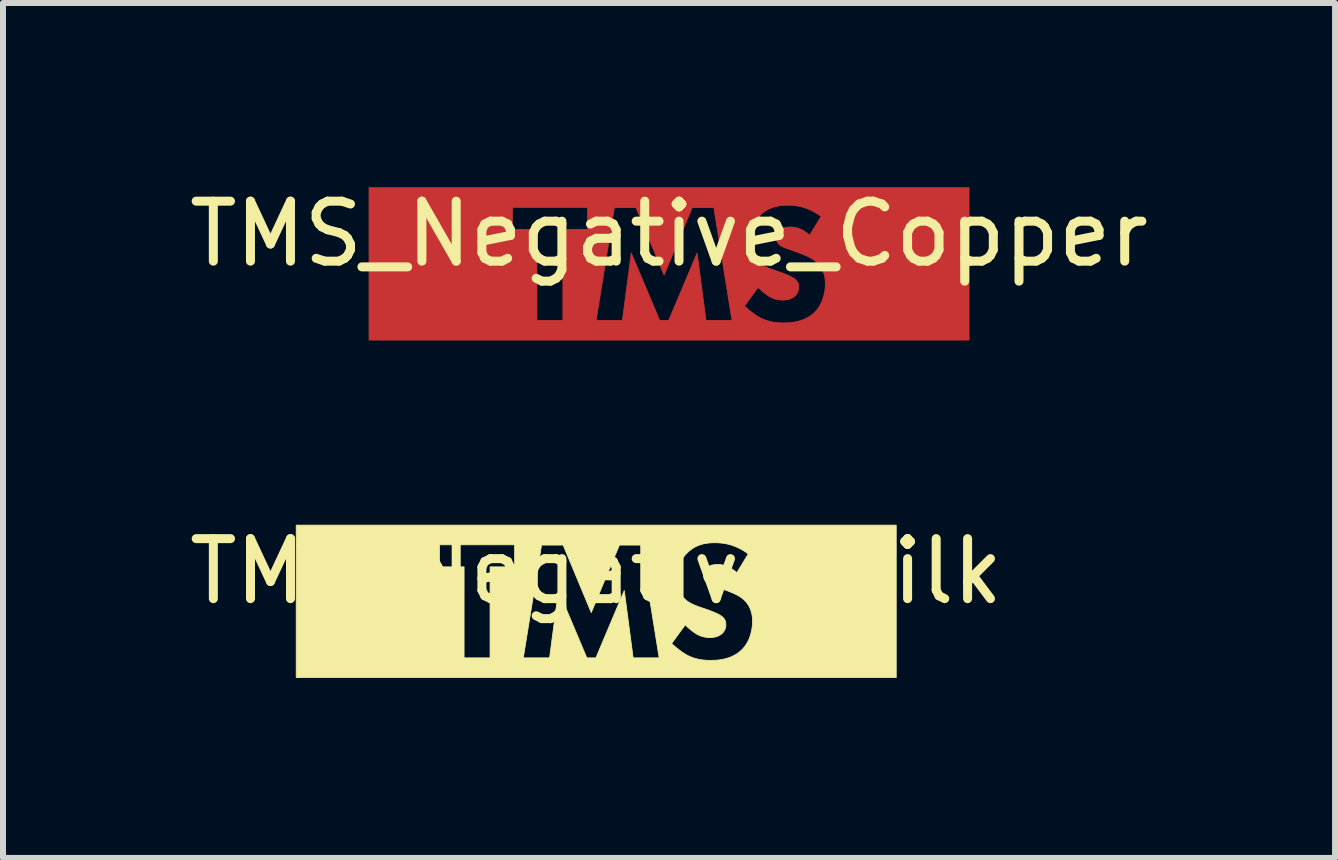
<source format=kicad_pcb>
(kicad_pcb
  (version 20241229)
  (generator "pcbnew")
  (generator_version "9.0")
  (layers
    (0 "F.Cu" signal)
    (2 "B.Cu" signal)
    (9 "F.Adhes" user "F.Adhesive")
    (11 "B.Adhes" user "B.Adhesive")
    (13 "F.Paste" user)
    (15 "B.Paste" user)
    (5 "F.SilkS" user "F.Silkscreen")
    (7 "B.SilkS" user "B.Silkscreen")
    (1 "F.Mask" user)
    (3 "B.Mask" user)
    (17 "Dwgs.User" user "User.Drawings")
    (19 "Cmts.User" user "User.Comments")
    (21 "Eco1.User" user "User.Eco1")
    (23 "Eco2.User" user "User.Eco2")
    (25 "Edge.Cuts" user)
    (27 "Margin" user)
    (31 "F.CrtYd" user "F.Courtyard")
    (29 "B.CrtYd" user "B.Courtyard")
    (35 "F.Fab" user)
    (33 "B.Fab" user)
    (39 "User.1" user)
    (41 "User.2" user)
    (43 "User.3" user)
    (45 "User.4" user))
  (footprint "TMS_Negative_Silk"
    (layer "F.Cu")
    (at 6.887 6.973)
    (property "Reference" "TMS_Negative_Silk" (at 0 -0.5 0) (unlocked yes) (layer "F.SilkS") (effects (font (size 1 1) (thickness 0.15))))
    (fp_poly (pts (xy 5.001 1.27) (xy -5 1.27) (xy -5 -0.575) (xy -2.612 -0.575) (xy -2.202 -0.575) (xy -2.202 0.942) (xy -1.769 0.942) (xy -1.215 0.942) (xy -0.777 0.942) (xy -0.629 -0.18) (xy -0.156 0.942) (xy -0.005 0.942) (xy 0.468 -0.18) (xy 0.616 0.942) (xy 1.05 0.942) (xy 1.011 0.702) (xy 1.258 0.702) (xy 1.286 0.729) (xy 1.318 0.757) (xy 1.351 0.785) (xy 1.387 0.812) (xy 1.423 0.839) (xy 1.442 0.852) (xy 1.46 0.864) (xy 1.479 0.875) (xy 1.497 0.887) (xy 1.515 0.897) (xy 1.533 0.907) (xy 1.556 0.917) (xy 1.578 0.926) (xy 1.601 0.935) (xy 1.624 0.943) (xy 1.646 0.95) (xy 1.669 0.956) (xy 1.692 0.962) (xy 1.715 0.967) (xy 1.738 0.971) (xy 1.762 0.975) (xy 1.785 0.978) (xy 1.809 0.98) (xy 1.833 0.982) (xy 1.858 0.983) (xy 1.882 0.984) (xy 1.907 0.984) (xy 1.959 0.983) (xy 1.988 0.982) (xy 2.019 0.979) (xy 2.052 0.976) (xy 2.086 0.97) (xy 2.122 0.964) (xy 2.158 0.955) (xy 2.194 0.944) (xy 2.231 0.932) (xy 2.268 0.916) (xy 2.304 0.898) (xy 2.34 0.877) (xy 2.357 0.865) (xy 2.375 0.853) (xy 2.392 0.839) (xy 2.408 0.825) (xy 2.424 0.81) (xy 2.44 0.794) (xy 2.458 0.774) (xy 2.476 0.752) (xy 2.492 0.729) (xy 2.508 0.705) (xy 2.522 0.679) (xy 2.536 0.653) (xy 2.549 0.625) (xy 2.56 0.595) (xy 2.57 0.565) (xy 2.579 0.534) (xy 2.587 0.501) (xy 2.594 0.468) (xy 2.599 0.434) (xy 2.603 0.4) (xy 2.605 0.364) (xy 2.606 0.328) (xy 2.606 0.307) (xy 2.604 0.286) (xy 2.603 0.264) (xy 2.6 0.242) (xy 2.596 0.22) (xy 2.591 0.197) (xy 2.585 0.175) (xy 2.578 0.152) (xy 2.57 0.13) (xy 2.56 0.107) (xy 2.549 0.085) (xy 2.536 0.063) (xy 2.522 0.041) (xy 2.506 0.02) (xy 2.488 -0.001) (xy 2.468 -0.021) (xy 2.454 -0.034) (xy 2.439 -0.046) (xy 2.424 -0.058) (xy 2.408 -0.069) (xy 2.392 -0.08) (xy 2.376 -0.09) (xy 2.359 -0.099) (xy 2.342 -0.108) (xy 2.325 -0.117) (xy 2.308 -0.125) (xy 2.275 -0.14) (xy 2.242 -0.153) (xy 2.211 -0.166) (xy 2.07 -0.219) (xy 1.986 -0.249) (xy 1.951 -0.261) (xy 1.936 -0.267) (xy 1.921 -0.273) (xy 1.907 -0.279) (xy 1.895 -0.285) (xy 1.883 -0.29) (xy 1.872 -0.297) (xy 1.861 -0.303) (xy 1.851 -0.31) (xy 1.842 -0.317) (xy 1.833 -0.325) (xy 1.828 -0.33) (xy 1.823 -0.335) (xy 1.819 -0.341) (xy 1.815 -0.347) (xy 1.811 -0.352) (xy 1.808 -0.358) (xy 1.804 -0.365) (xy 1.802 -0.371) (xy 1.799 -0.377) (xy 1.797 -0.384) (xy 1.795 -0.391) (xy 1.794 -0.398) (xy 1.792 -0.406) (xy 1.792 -0.414) (xy 1.791 -0.422) (xy 1.791 -0.43) (xy 1.791 -0.44) (xy 1.792 -0.449) (xy 1.793 -0.457) (xy 1.795 -0.466) (xy 1.797 -0.474) (xy 1.799 -0.483) (xy 1.802 -0.491) (xy 1.805 -0.498) (xy 1.809 -0.506) (xy 1.812 -0.513) (xy 1.816 -0.52) (xy 1.821 -0.527) (xy 1.825 -0.533) (xy 1.83 -0.539) (xy 1.835 -0.545) (xy 1.84 -0.55) (xy 1.845 -0.555) (xy 1.85 -0.56) (xy 1.855 -0.565) (xy 1.86 -0.569) (xy 1.87 -0.577) (xy 1.881 -0.584) (xy 1.893 -0.59) (xy 1.904 -0.595) (xy 1.916 -0.6) (xy 1.928 -0.603) (xy 1.94 -0.606) (xy 1.952 -0.609) (xy 1.965 -0.61) (xy 1.977 -0.612) (xy 1.989 -0.613) (xy 2.001 -0.613) (xy 2.024 -0.614) (xy 2.048 -0.613) (xy 2.062 -0.612) (xy 2.077 -0.611) (xy 2.094 -0.608) (xy 2.112 -0.605) (xy 2.131 -0.6) (xy 2.151 -0.594) (xy 2.172 -0.587) (xy 2.194 -0.578) (xy 2.217 -0.567) (xy 2.24 -0.554) (xy 2.264 -0.539) (xy 2.289 -0.522) (xy 2.315 -0.502) (xy 2.341 -0.48) (xy 2.341 -0.473) (xy 2.535 -0.79) (xy 2.494 -0.82) (xy 2.454 -0.846) (xy 2.414 -0.869) (xy 2.374 -0.889) (xy 2.335 -0.907) (xy 2.297 -0.922) (xy 2.26 -0.935) (xy 2.224 -0.946) (xy 2.188 -0.955) (xy 2.154 -0.962) (xy 2.121 -0.967) (xy 2.089 -0.971) (xy 2.059 -0.974) (xy 2.03 -0.976) (xy 1.978 -0.977) (xy 1.945 -0.977) (xy 1.913 -0.975) (xy 1.881 -0.973) (xy 1.85 -0.969) (xy 1.819 -0.964) (xy 1.788 -0.958) (xy 1.759 -0.95) (xy 1.729 -0.941) (xy 1.7 -0.93) (xy 1.672 -0.918) (xy 1.644 -0.904) (xy 1.617 -0.888) (xy 1.59 -0.87) (xy 1.564 -0.85) (xy 1.538 -0.828) (xy 1.512 -0.804) (xy 1.492 -0.782) (xy 1.473 -0.76) (xy 1.455 -0.736) (xy 1.439 -0.712) (xy 1.425 -0.688) (xy 1.411 -0.663) (xy 1.399 -0.637) (xy 1.389 -0.611) (xy 1.38 -0.584) (xy 1.372 -0.557) (xy 1.365 -0.529) (xy 1.359 -0.501) (xy 1.355 -0.472) (xy 1.352 -0.442) (xy 1.351 -0.412) (xy 1.35 -0.381) (xy 1.351 -0.345) (xy 1.352 -0.325) (xy 1.354 -0.305) (xy 1.356 -0.285) (xy 1.36 -0.264) (xy 1.364 -0.243) (xy 1.369 -0.221) (xy 1.376 -0.199) (xy 1.384 -0.177) (xy 1.393 -0.156) (xy 1.404 -0.134) (xy 1.416 -0.113) (xy 1.43 -0.093) (xy 1.445 -0.072) (xy 1.454 -0.063) (xy 1.463 -0.053) (xy 1.476 -0.039) (xy 1.491 -0.026) (xy 1.506 -0.013) (xy 1.521 -0.001) (xy 1.537 0.009) (xy 1.553 0.02) (xy 1.57 0.029) (xy 1.587 0.038) (xy 1.604 0.047) (xy 1.621 0.055) (xy 1.656 0.07) (xy 1.69 0.083) (xy 1.724 0.095) (xy 1.879 0.148) (xy 1.929 0.168) (xy 1.959 0.18) (xy 1.99 0.193) (xy 2.021 0.207) (xy 2.036 0.215) (xy 2.05 0.223) (xy 2.064 0.23) (xy 2.076 0.238) (xy 2.088 0.246) (xy 2.098 0.254) (xy 2.105 0.26) (xy 2.112 0.266) (xy 2.118 0.273) (xy 2.124 0.279) (xy 2.13 0.286) (xy 2.135 0.294) (xy 2.14 0.301) (xy 2.144 0.309) (xy 2.148 0.317) (xy 2.152 0.326) (xy 2.154 0.335) (xy 2.157 0.345) (xy 2.159 0.355) (xy 2.16 0.365) (xy 2.161 0.376) (xy 2.161 0.388) (xy 2.161 0.395) (xy 2.161 0.401) (xy 2.161 0.407) (xy 2.16 0.414) (xy 2.159 0.42) (xy 2.158 0.426) (xy 2.157 0.431) (xy 2.156 0.437) (xy 2.154 0.443) (xy 2.153 0.448) (xy 2.149 0.459) (xy 2.146 0.469) (xy 2.141 0.478) (xy 2.136 0.488) (xy 2.131 0.496) (xy 2.126 0.505) (xy 2.12 0.513) (xy 2.114 0.52) (xy 2.107 0.527) (xy 2.101 0.534) (xy 2.094 0.54) (xy 2.082 0.549) (xy 2.07 0.558) (xy 2.057 0.565) (xy 2.045 0.572) (xy 2.032 0.578) (xy 2.019 0.583) (xy 2.006 0.588) (xy 1.993 0.591) (xy 1.98 0.595) (xy 1.967 0.597) (xy 1.955 0.599) (xy 1.943 0.601) (xy 1.931 0.602) (xy 1.919 0.603) (xy 1.908 0.603) (xy 1.897 0.603) (xy 1.88 0.603) (xy 1.864 0.602) (xy 1.849 0.601) (xy 1.833 0.599) (xy 1.818 0.597) (xy 1.803 0.594) (xy 1.788 0.591) (xy 1.773 0.587) (xy 1.759 0.583) (xy 1.745 0.578) (xy 1.73 0.572) (xy 1.716 0.566) (xy 1.702 0.559) (xy 1.688 0.552) (xy 1.674 0.545) (xy 1.66 0.536) (xy 1.65 0.53) (xy 1.64 0.523) (xy 1.629 0.515) (xy 1.618 0.507) (xy 1.594 0.49) (xy 1.571 0.471) (xy 1.548 0.451) (xy 1.525 0.431) (xy 1.504 0.411) (xy 1.484 0.392) (xy 1.258 0.702) (xy 1.011 0.702) (xy 0.747 -0.938) (xy 0.387 -0.938) (xy -0.082 0.187) (xy -0.551 -0.938) (xy -0.911 -0.938) (xy -1.215 0.942) (xy -1.769 0.942) (xy -1.769 -0.575) (xy -1.359 -0.575) (xy -1.359 -0.942) (xy -2.612 -0.942) (xy -2.612 -0.575) (xy -5 -0.575) (xy -5 -1.27) (xy 5.001 -1.27)) (stroke (width 0.013) (type solid)) (fill yes) (layer "F.SilkS")))
  (footprint "TMS_Negative_Copper"
    (layer "F.Cu")
    (at 8.101 1.348)
    (property "Reference" "TMS_Negative_Copper" (at 0 -0.5 0) (unlocked yes) (layer "F.SilkS") (effects (font (size 1 1) (thickness 0.15))))
    (fp_poly (pts (xy 5.001 1.27) (xy -5 1.27) (xy -5 -0.575) (xy -2.612 -0.575) (xy -2.202 -0.575) (xy -2.202 0.942) (xy -1.769 0.942) (xy -1.215 0.942) (xy -0.777 0.942) (xy -0.629 -0.18) (xy -0.156 0.942) (xy -0.005 0.942) (xy 0.468 -0.18) (xy 0.616 0.942) (xy 1.05 0.942) (xy 1.011 0.702) (xy 1.258 0.702) (xy 1.286 0.729) (xy 1.318 0.757) (xy 1.351 0.785) (xy 1.387 0.812) (xy 1.423 0.839) (xy 1.442 0.852) (xy 1.46 0.864) (xy 1.479 0.875) (xy 1.497 0.887) (xy 1.515 0.897) (xy 1.533 0.907) (xy 1.556 0.917) (xy 1.578 0.926) (xy 1.601 0.935) (xy 1.624 0.943) (xy 1.646 0.95) (xy 1.669 0.956) (xy 1.692 0.962) (xy 1.715 0.967) (xy 1.738 0.971) (xy 1.762 0.975) (xy 1.785 0.978) (xy 1.809 0.98) (xy 1.833 0.982) (xy 1.858 0.983) (xy 1.882 0.984) (xy 1.907 0.984) (xy 1.959 0.983) (xy 1.988 0.982) (xy 2.019 0.979) (xy 2.052 0.976) (xy 2.086 0.97) (xy 2.122 0.964) (xy 2.158 0.955) (xy 2.194 0.944) (xy 2.231 0.932) (xy 2.268 0.916) (xy 2.304 0.898) (xy 2.34 0.877) (xy 2.357 0.865) (xy 2.375 0.853) (xy 2.392 0.839) (xy 2.408 0.825) (xy 2.424 0.81) (xy 2.44 0.794) (xy 2.458 0.774) (xy 2.476 0.752) (xy 2.492 0.729) (xy 2.508 0.705) (xy 2.522 0.679) (xy 2.536 0.653) (xy 2.549 0.625) (xy 2.56 0.595) (xy 2.57 0.565) (xy 2.579 0.534) (xy 2.587 0.501) (xy 2.594 0.468) (xy 2.599 0.434) (xy 2.603 0.4) (xy 2.605 0.364) (xy 2.606 0.328) (xy 2.606 0.307) (xy 2.604 0.286) (xy 2.603 0.264) (xy 2.6 0.242) (xy 2.596 0.22) (xy 2.591 0.197) (xy 2.585 0.175) (xy 2.578 0.152) (xy 2.57 0.13) (xy 2.56 0.107) (xy 2.549 0.085) (xy 2.536 0.063) (xy 2.522 0.041) (xy 2.506 0.02) (xy 2.488 -0.001) (xy 2.468 -0.021) (xy 2.454 -0.034) (xy 2.439 -0.046) (xy 2.424 -0.058) (xy 2.408 -0.069) (xy 2.392 -0.08) (xy 2.376 -0.09) (xy 2.359 -0.099) (xy 2.342 -0.108) (xy 2.325 -0.117) (xy 2.308 -0.125) (xy 2.275 -0.14) (xy 2.242 -0.153) (xy 2.211 -0.166) (xy 2.07 -0.219) (xy 1.986 -0.249) (xy 1.951 -0.261) (xy 1.936 -0.267) (xy 1.921 -0.273) (xy 1.907 -0.279) (xy 1.895 -0.285) (xy 1.883 -0.29) (xy 1.872 -0.297) (xy 1.861 -0.303) (xy 1.851 -0.31) (xy 1.842 -0.317) (xy 1.833 -0.325) (xy 1.828 -0.33) (xy 1.823 -0.335) (xy 1.819 -0.341) (xy 1.815 -0.347) (xy 1.811 -0.352) (xy 1.808 -0.358) (xy 1.804 -0.365) (xy 1.802 -0.371) (xy 1.799 -0.377) (xy 1.797 -0.384) (xy 1.795 -0.391) (xy 1.794 -0.398) (xy 1.792 -0.406) (xy 1.792 -0.414) (xy 1.791 -0.422) (xy 1.791 -0.43) (xy 1.791 -0.44) (xy 1.792 -0.449) (xy 1.793 -0.457) (xy 1.795 -0.466) (xy 1.797 -0.474) (xy 1.799 -0.483) (xy 1.802 -0.491) (xy 1.805 -0.498) (xy 1.809 -0.506) (xy 1.812 -0.513) (xy 1.816 -0.52) (xy 1.821 -0.527) (xy 1.825 -0.533) (xy 1.83 -0.539) (xy 1.835 -0.545) (xy 1.84 -0.55) (xy 1.845 -0.555) (xy 1.85 -0.56) (xy 1.855 -0.565) (xy 1.86 -0.569) (xy 1.87 -0.577) (xy 1.881 -0.584) (xy 1.893 -0.59) (xy 1.904 -0.595) (xy 1.916 -0.6) (xy 1.928 -0.603) (xy 1.94 -0.606) (xy 1.952 -0.609) (xy 1.965 -0.61) (xy 1.977 -0.612) (xy 1.989 -0.613) (xy 2.001 -0.613) (xy 2.024 -0.614) (xy 2.048 -0.613) (xy 2.062 -0.612) (xy 2.077 -0.611) (xy 2.094 -0.608) (xy 2.112 -0.605) (xy 2.131 -0.6) (xy 2.151 -0.594) (xy 2.172 -0.587) (xy 2.194 -0.578) (xy 2.217 -0.567) (xy 2.24 -0.554) (xy 2.264 -0.539) (xy 2.289 -0.522) (xy 2.315 -0.502) (xy 2.341 -0.48) (xy 2.341 -0.473) (xy 2.535 -0.79) (xy 2.494 -0.82) (xy 2.454 -0.846) (xy 2.414 -0.869) (xy 2.374 -0.889) (xy 2.335 -0.907) (xy 2.297 -0.922) (xy 2.26 -0.935) (xy 2.224 -0.946) (xy 2.188 -0.955) (xy 2.154 -0.962) (xy 2.121 -0.967) (xy 2.089 -0.971) (xy 2.059 -0.974) (xy 2.03 -0.976) (xy 1.978 -0.977) (xy 1.945 -0.977) (xy 1.913 -0.975) (xy 1.881 -0.973) (xy 1.85 -0.969) (xy 1.819 -0.964) (xy 1.788 -0.958) (xy 1.759 -0.95) (xy 1.729 -0.941) (xy 1.7 -0.93) (xy 1.672 -0.918) (xy 1.644 -0.904) (xy 1.617 -0.888) (xy 1.59 -0.87) (xy 1.564 -0.85) (xy 1.538 -0.828) (xy 1.512 -0.804) (xy 1.492 -0.782) (xy 1.473 -0.76) (xy 1.455 -0.736) (xy 1.439 -0.712) (xy 1.425 -0.688) (xy 1.411 -0.663) (xy 1.399 -0.637) (xy 1.389 -0.611) (xy 1.38 -0.584) (xy 1.372 -0.557) (xy 1.365 -0.529) (xy 1.359 -0.501) (xy 1.355 -0.472) (xy 1.352 -0.442) (xy 1.351 -0.412) (xy 1.35 -0.381) (xy 1.351 -0.345) (xy 1.352 -0.325) (xy 1.354 -0.305) (xy 1.356 -0.285) (xy 1.36 -0.264) (xy 1.364 -0.243) (xy 1.369 -0.221) (xy 1.376 -0.199) (xy 1.384 -0.177) (xy 1.393 -0.156) (xy 1.404 -0.134) (xy 1.416 -0.113) (xy 1.43 -0.093) (xy 1.445 -0.072) (xy 1.454 -0.063) (xy 1.463 -0.053) (xy 1.476 -0.039) (xy 1.491 -0.026) (xy 1.506 -0.013) (xy 1.521 -0.001) (xy 1.537 0.009) (xy 1.553 0.02) (xy 1.57 0.029) (xy 1.587 0.038) (xy 1.604 0.047) (xy 1.621 0.055) (xy 1.656 0.07) (xy 1.69 0.083) (xy 1.724 0.095) (xy 1.879 0.148) (xy 1.929 0.168) (xy 1.959 0.18) (xy 1.99 0.193) (xy 2.021 0.207) (xy 2.036 0.215) (xy 2.05 0.223) (xy 2.064 0.23) (xy 2.076 0.238) (xy 2.088 0.246) (xy 2.098 0.254) (xy 2.105 0.26) (xy 2.112 0.266) (xy 2.118 0.273) (xy 2.124 0.279) (xy 2.13 0.286) (xy 2.135 0.294) (xy 2.14 0.301) (xy 2.144 0.309) (xy 2.148 0.317) (xy 2.152 0.326) (xy 2.154 0.335) (xy 2.157 0.345) (xy 2.159 0.355) (xy 2.16 0.365) (xy 2.161 0.376) (xy 2.161 0.388) (xy 2.161 0.395) (xy 2.161 0.401) (xy 2.161 0.407) (xy 2.16 0.414) (xy 2.159 0.42) (xy 2.158 0.426) (xy 2.157 0.431) (xy 2.156 0.437) (xy 2.154 0.443) (xy 2.153 0.448) (xy 2.149 0.459) (xy 2.146 0.469) (xy 2.141 0.478) (xy 2.136 0.488) (xy 2.131 0.496) (xy 2.126 0.505) (xy 2.12 0.513) (xy 2.114 0.52) (xy 2.107 0.527) (xy 2.101 0.534) (xy 2.094 0.54) (xy 2.082 0.549) (xy 2.07 0.558) (xy 2.057 0.565) (xy 2.045 0.572) (xy 2.032 0.578) (xy 2.019 0.583) (xy 2.006 0.588) (xy 1.993 0.591) (xy 1.98 0.595) (xy 1.967 0.597) (xy 1.955 0.599) (xy 1.943 0.601) (xy 1.931 0.602) (xy 1.919 0.603) (xy 1.908 0.603) (xy 1.897 0.603) (xy 1.88 0.603) (xy 1.864 0.602) (xy 1.849 0.601) (xy 1.833 0.599) (xy 1.818 0.597) (xy 1.803 0.594) (xy 1.788 0.591) (xy 1.773 0.587) (xy 1.759 0.583) (xy 1.745 0.578) (xy 1.73 0.572) (xy 1.716 0.566) (xy 1.702 0.559) (xy 1.688 0.552) (xy 1.674 0.545) (xy 1.66 0.536) (xy 1.65 0.53) (xy 1.64 0.523) (xy 1.629 0.515) (xy 1.618 0.507) (xy 1.594 0.49) (xy 1.571 0.471) (xy 1.548 0.451) (xy 1.525 0.431) (xy 1.504 0.411) (xy 1.484 0.392) (xy 1.258 0.702) (xy 1.011 0.702) (xy 0.747 -0.938) (xy 0.387 -0.938) (xy -0.082 0.187) (xy -0.551 -0.938) (xy -0.911 -0.938) (xy -1.215 0.942) (xy -1.769 0.942) (xy -1.769 -0.575) (xy -1.359 -0.575) (xy -1.359 -0.942) (xy -2.612 -0.942) (xy -2.612 -0.575) (xy -5 -0.575) (xy -5 -1.27) (xy 5.001 -1.27)) (stroke (width 0.013) (type solid)) (fill yes) (layer "F.Cu")))
  (gr_rect
    (start -3 -3)
    (end 19.202 11.25)
    (stroke (width 0.1) (type default))
    (fill no)
    (layer "Edge.Cuts")))
</source>
